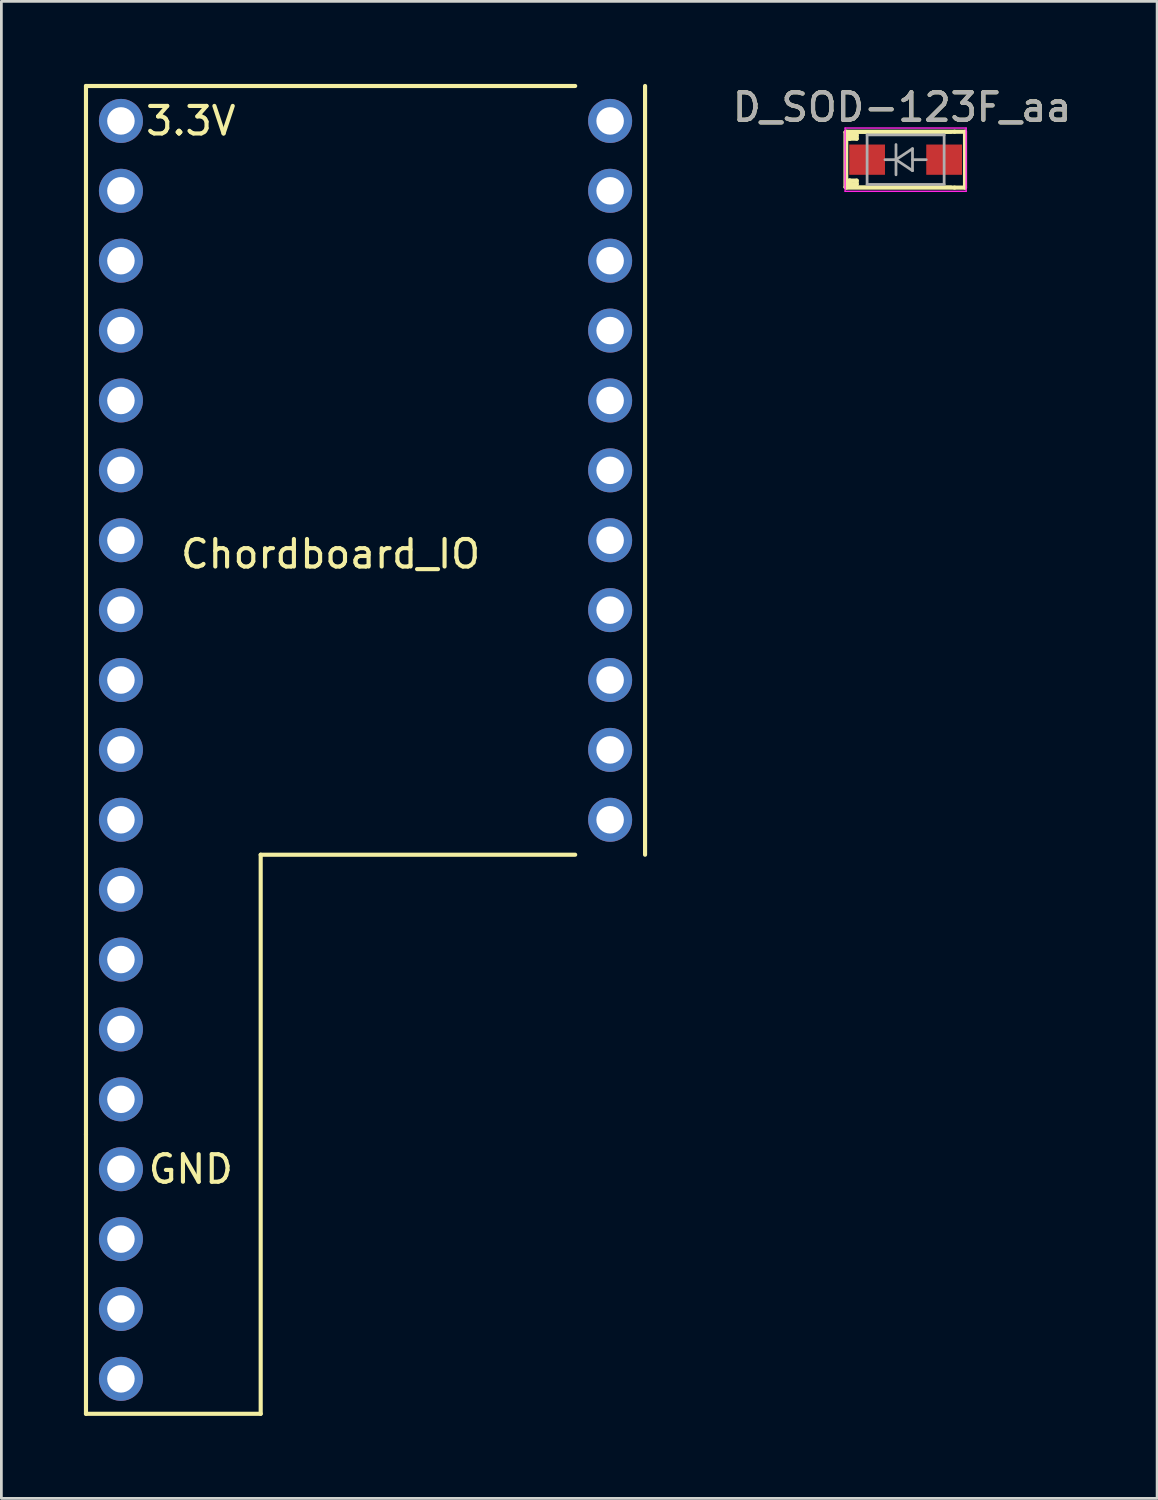
<source format=kicad_pcb>
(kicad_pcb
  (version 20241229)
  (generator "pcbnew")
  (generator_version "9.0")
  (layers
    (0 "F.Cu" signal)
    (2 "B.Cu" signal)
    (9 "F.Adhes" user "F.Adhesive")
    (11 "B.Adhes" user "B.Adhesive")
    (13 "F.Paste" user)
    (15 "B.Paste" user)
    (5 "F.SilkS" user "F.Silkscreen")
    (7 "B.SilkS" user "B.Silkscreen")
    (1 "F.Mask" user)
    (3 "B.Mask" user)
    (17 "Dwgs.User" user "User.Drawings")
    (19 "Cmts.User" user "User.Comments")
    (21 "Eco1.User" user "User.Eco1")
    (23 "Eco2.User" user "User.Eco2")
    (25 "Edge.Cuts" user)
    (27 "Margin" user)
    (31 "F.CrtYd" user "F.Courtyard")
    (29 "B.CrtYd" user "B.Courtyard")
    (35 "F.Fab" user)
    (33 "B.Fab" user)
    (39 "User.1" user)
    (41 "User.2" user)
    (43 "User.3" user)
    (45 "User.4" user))
  (footprint "Chordboard_IO"
    (layer "F.Cu")
    (at 8.965 16.585)
    (property "Reference" "Chordboard_IO" (at 0 0.5 0) (layer "F.SilkS") (effects (font (size 1 1) (thickness 0.15))))
    (attr through_hole)
    (fp_line (start -8.89 -16.51) (end -8.89 21.59) (stroke (width 0.15) (type solid)) (layer "F.SilkS"))
    (fp_line (start -8.89 31.75) (end -8.89 21.59) (stroke (width 0.15) (type solid)) (layer "F.SilkS"))
    (fp_line (start -2.54 11.43) (end -2.54 31.75) (stroke (width 0.15) (type solid)) (layer "F.SilkS"))
    (fp_line (start -2.54 31.75) (end -8.89 31.75) (stroke (width 0.15) (type solid)) (layer "F.SilkS"))
    (fp_line (start 8.89 -16.51) (end -8.89 -16.51) (stroke (width 0.15) (type solid)) (layer "F.SilkS"))
    (fp_line (start 8.89 11.43) (end -2.54 11.43) (stroke (width 0.15) (type solid)) (layer "F.SilkS"))
    (fp_line (start 11.43 -16.51) (end 11.43 11.43) (stroke (width 0.15) (type solid)) (layer "F.SilkS"))
    (fp_text user "3.3V" (at -5.08 -15.24 0) (layer "F.SilkS") (effects (font (size 1 1) (thickness 0.15))))
    (fp_text user "GND" (at -5.08 22.86 0) (layer "F.SilkS") (effects (font (size 1 1) (thickness 0.15))))
    (pad "1" thru_hole circle (at -7.62 -15.24) (size 1.6 1.6) (drill 1) (layers "*.Cu" "*.Mask"))
    (pad "2" thru_hole circle (at -7.62 -12.7) (size 1.6 1.6) (drill 1) (layers "*.Cu" "*.Mask"))
    (pad "3" thru_hole circle (at -7.62 -10.16) (size 1.6 1.6) (drill 1) (layers "*.Cu" "*.Mask"))
    (pad "4" thru_hole circle (at -7.62 -7.62) (size 1.6 1.6) (drill 1) (layers "*.Cu" "*.Mask"))
    (pad "5" thru_hole circle (at -7.62 -5.08) (size 1.6 1.6) (drill 1) (layers "*.Cu" "*.Mask"))
    (pad "6" thru_hole circle (at -7.62 -2.54) (size 1.6 1.6) (drill 1) (layers "*.Cu" "*.Mask"))
    (pad "7" thru_hole circle (at -7.62 0) (size 1.6 1.6) (drill 1) (layers "*.Cu" "*.Mask"))
    (pad "8" thru_hole circle (at -7.62 2.54) (size 1.6 1.6) (drill 1) (layers "*.Cu" "*.Mask"))
    (pad "9" thru_hole circle (at -7.62 5.08) (size 1.6 1.6) (drill 1) (layers "*.Cu" "*.Mask"))
    (pad "10" thru_hole circle (at -7.62 7.62) (size 1.6 1.6) (drill 1) (layers "*.Cu" "*.Mask"))
    (pad "11" thru_hole circle (at -7.62 10.16) (size 1.6 1.6) (drill 1) (layers "*.Cu" "*.Mask"))
    (pad "12" thru_hole circle (at -7.62 12.7) (size 1.6 1.6) (drill 1) (layers "*.Cu" "*.Mask"))
    (pad "13" thru_hole circle (at -7.62 15.24) (size 1.6 1.6) (drill 1) (layers "*.Cu" "*.Mask"))
    (pad "14" thru_hole circle (at -7.62 17.78) (size 1.6 1.6) (drill 1) (layers "*.Cu" "*.Mask"))
    (pad "15" thru_hole circle (at -7.62 20.32) (size 1.6 1.6) (drill 1) (layers "*.Cu" "*.Mask"))
    (pad "16" thru_hole circle (at -7.62 22.86) (size 1.6 1.6) (drill 1) (layers "*.Cu" "*.Mask"))
    (pad "17" thru_hole circle (at -7.62 25.4) (size 1.6 1.6) (drill 1) (layers "*.Cu" "*.Mask"))
    (pad "18" thru_hole circle (at -7.62 27.94) (size 1.6 1.6) (drill 1) (layers "*.Cu" "*.Mask"))
    (pad "19" thru_hole circle (at -7.62 30.48) (size 1.6 1.6) (drill 1) (layers "*.Cu" "*.Mask"))
    (pad "20" thru_hole circle (at 10.16 10.16) (size 1.6 1.6) (drill 1) (layers "*.Cu" "*.Mask"))
    (pad "21" thru_hole circle (at 10.16 7.62) (size 1.6 1.6) (drill 1) (layers "*.Cu" "*.Mask"))
    (pad "22" thru_hole circle (at 10.16 5.08) (size 1.6 1.6) (drill 1) (layers "*.Cu" "*.Mask"))
    (pad "23" thru_hole circle (at 10.16 2.54) (size 1.6 1.6) (drill 1) (layers "*.Cu" "*.Mask"))
    (pad "24" thru_hole circle (at 10.16 0) (size 1.6 1.6) (drill 1) (layers "*.Cu" "*.Mask"))
    (pad "25" thru_hole circle (at 10.16 -2.54) (size 1.6 1.6) (drill 1) (layers "*.Cu" "*.Mask"))
    (pad "26" thru_hole circle (at 10.16 -5.08) (size 1.6 1.6) (drill 1) (layers "*.Cu" "*.Mask"))
    (pad "27" thru_hole circle (at 10.16 -7.62) (size 1.6 1.6) (drill 1) (layers "*.Cu" "*.Mask"))
    (pad "28" thru_hole circle (at 10.16 -10.16) (size 1.6 1.6) (drill 1) (layers "*.Cu" "*.Mask"))
    (pad "29" thru_hole circle (at 10.16 -12.7) (size 1.6 1.6) (drill 1) (layers "*.Cu" "*.Mask"))
    (pad "30" thru_hole circle (at 10.16 -15.24) (size 1.6 1.6) (drill 1) (layers "*.Cu" "*.Mask")))
  (footprint "D_SOD-123F_aa"
    (layer "F.Cu")
    (at 29.865 2.753)
    (property "Reference" "D_SOD-123F_aa" (at -0.127 -1.905 0) (layer "F.SilkS") (effects (font (size 1 1) (thickness 0.15))))
    (attr smd)
    (fp_line (start -2.2 -1) (end -2.2 1) (stroke (width 0.12) (type solid)) (layer "F.SilkS"))
    (fp_line (start -2.2 -1) (end 1.65 -1) (stroke (width 0.12) (type solid)) (layer "F.SilkS"))
    (fp_line (start -2.2 1) (end 1.65 1) (stroke (width 0.12) (type solid)) (layer "F.SilkS"))
    (fp_line (start -2.159 -1.016) (end 1.778 -1.016) (stroke (width 0.15) (type solid)) (layer "F.SilkS"))
    (fp_line (start -2.159 -0.889) (end -2.032 -0.889) (stroke (width 0.15) (type solid)) (layer "F.SilkS"))
    (fp_line (start -2.159 -0.762) (end -2.159 -0.889) (stroke (width 0.15) (type solid)) (layer "F.SilkS"))
    (fp_line (start -2.159 0.762) (end -2.159 0.889) (stroke (width 0.15) (type solid)) (layer "F.SilkS"))
    (fp_line (start -2.159 0.889) (end -2.032 0.889) (stroke (width 0.15) (type solid)) (layer "F.SilkS"))
    (fp_line (start -2.159 1.016) (end -2.159 -1.016) (stroke (width 0.15) (type solid)) (layer "F.SilkS"))
    (fp_line (start -2.032 -0.889) (end -2.032 -0.762) (stroke (width 0.15) (type solid)) (layer "F.SilkS"))
    (fp_line (start -2.032 -0.762) (end -2.159 -0.762) (stroke (width 0.15) (type solid)) (layer "F.SilkS"))
    (fp_line (start -2.032 -0.762) (end -1.778 -0.762) (stroke (width 0.15) (type solid)) (layer "F.SilkS"))
    (fp_line (start -2.032 0.762) (end -2.159 0.762) (stroke (width 0.15) (type solid)) (layer "F.SilkS"))
    (fp_line (start -2.032 0.762) (end -2.032 0.889) (stroke (width 0.15) (type solid)) (layer "F.SilkS"))
    (fp_line (start -2.032 0.889) (end -1.778 0.889) (stroke (width 0.15) (type solid)) (layer "F.SilkS"))
    (fp_line (start -1.778 -0.889) (end -2.032 -0.889) (stroke (width 0.15) (type solid)) (layer "F.SilkS"))
    (fp_line (start -1.778 -0.762) (end -1.778 -0.889) (stroke (width 0.15) (type solid)) (layer "F.SilkS"))
    (fp_line (start -1.778 0.762) (end -2.032 0.762) (stroke (width 0.15) (type solid)) (layer "F.SilkS"))
    (fp_line (start -1.778 0.889) (end -1.778 0.762) (stroke (width 0.15) (type solid)) (layer "F.SilkS"))
    (fp_line (start 1.778 -1.016) (end 2.159 -1.016) (stroke (width 0.15) (type solid)) (layer "F.SilkS"))
    (fp_line (start 1.778 1.016) (end -2.159 1.016) (stroke (width 0.15) (type solid)) (layer "F.SilkS"))
    (fp_line (start 2.159 -1.016) (end 2.159 1.016) (stroke (width 0.15) (type solid)) (layer "F.SilkS"))
    (fp_line (start 2.159 1.016) (end 1.778 1.016) (stroke (width 0.15) (type solid)) (layer "F.SilkS"))
    (fp_line (start -2.2 -1.15) (end -2.2 1.15) (stroke (width 0.05) (type solid)) (layer "F.CrtYd"))
    (fp_line (start -2.2 -1.15) (end 2.2 -1.15) (stroke (width 0.05) (type solid)) (layer "F.CrtYd"))
    (fp_line (start 2.2 -1.15) (end 2.2 1.15) (stroke (width 0.05) (type solid)) (layer "F.CrtYd"))
    (fp_line (start 2.2 1.15) (end -2.2 1.15) (stroke (width 0.05) (type solid)) (layer "F.CrtYd"))
    (fp_line (start -1.4 -0.9) (end 1.4 -0.9) (stroke (width 0.1) (type solid)) (layer "F.Fab"))
    (fp_line (start -1.4 0.9) (end -1.4 -0.9) (stroke (width 0.1) (type solid)) (layer "F.Fab"))
    (fp_line (start -0.75 0) (end -0.35 0) (stroke (width 0.1) (type solid)) (layer "F.Fab"))
    (fp_line (start -0.35 0) (end -0.35 -0.55) (stroke (width 0.1) (type solid)) (layer "F.Fab"))
    (fp_line (start -0.35 0) (end -0.35 0.55) (stroke (width 0.1) (type solid)) (layer "F.Fab"))
    (fp_line (start -0.35 0) (end 0.25 -0.4) (stroke (width 0.1) (type solid)) (layer "F.Fab"))
    (fp_line (start 0.25 -0.4) (end 0.25 0.4) (stroke (width 0.1) (type solid)) (layer "F.Fab"))
    (fp_line (start 0.25 0) (end 0.75 0) (stroke (width 0.1) (type solid)) (layer "F.Fab"))
    (fp_line (start 0.25 0.4) (end -0.35 0) (stroke (width 0.1) (type solid)) (layer "F.Fab"))
    (fp_line (start 1.4 -0.9) (end 1.4 0.9) (stroke (width 0.1) (type solid)) (layer "F.Fab"))
    (fp_line (start 1.4 0.9) (end -1.4 0.9) (stroke (width 0.1) (type solid)) (layer "F.Fab"))
    (fp_text user "${REFERENCE}" (at -0.127 -1.905 0) (layer "F.Fab") (effects (font (size 1 1) (thickness 0.15))))
    (pad "1" smd rect (at -1.4 0) (size 1.3 1.1) (layers "F.Cu" "F.Mask" "F.Paste"))
    (pad "2" smd rect (at 1.4 0) (size 1.3 1.1) (layers "F.Cu" "F.Mask" "F.Paste")))
  (gr_rect
    (start -3 -3)
    (end 39.006 51.41)
    (stroke (width 0.1) (type default))
    (fill no)
    (layer "Edge.Cuts")))
</source>
